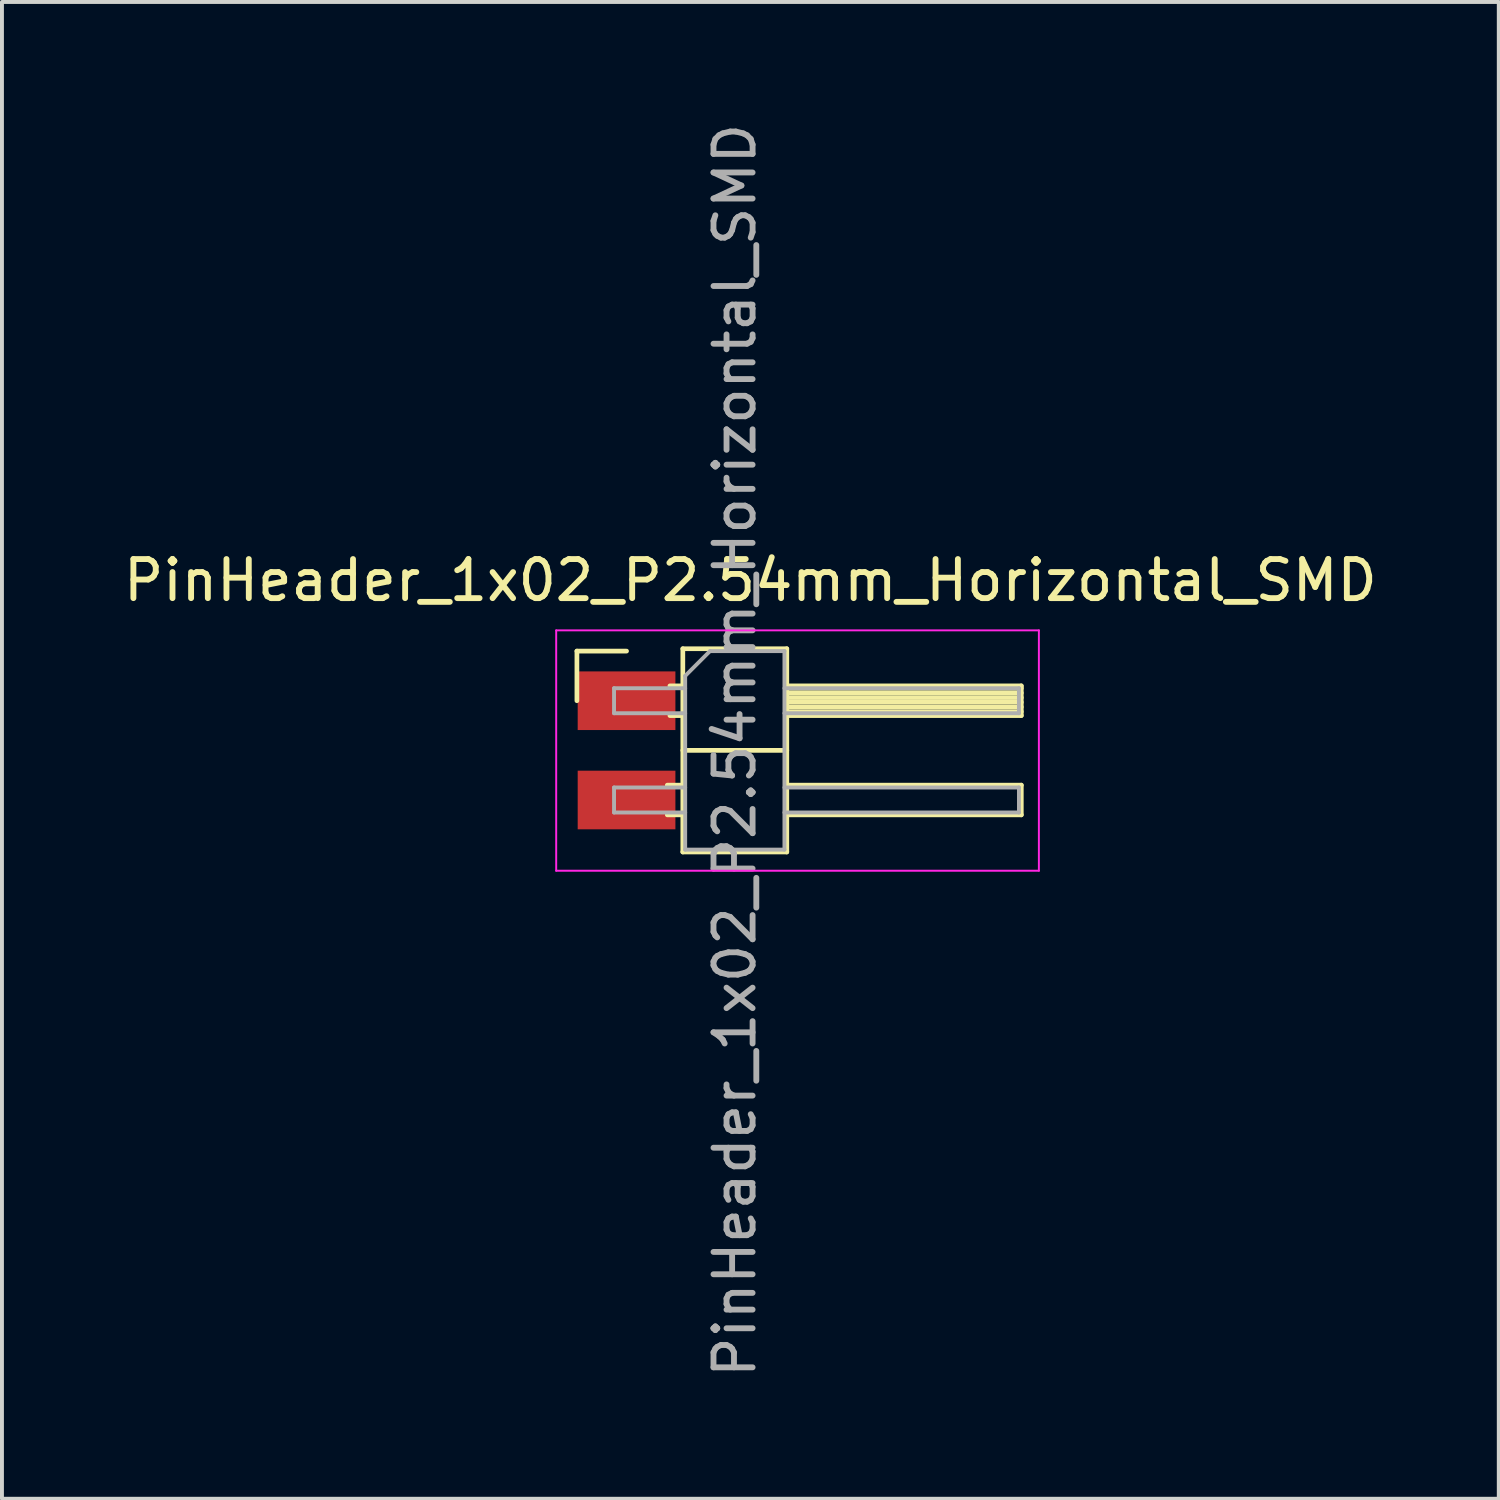
<source format=kicad_pcb>
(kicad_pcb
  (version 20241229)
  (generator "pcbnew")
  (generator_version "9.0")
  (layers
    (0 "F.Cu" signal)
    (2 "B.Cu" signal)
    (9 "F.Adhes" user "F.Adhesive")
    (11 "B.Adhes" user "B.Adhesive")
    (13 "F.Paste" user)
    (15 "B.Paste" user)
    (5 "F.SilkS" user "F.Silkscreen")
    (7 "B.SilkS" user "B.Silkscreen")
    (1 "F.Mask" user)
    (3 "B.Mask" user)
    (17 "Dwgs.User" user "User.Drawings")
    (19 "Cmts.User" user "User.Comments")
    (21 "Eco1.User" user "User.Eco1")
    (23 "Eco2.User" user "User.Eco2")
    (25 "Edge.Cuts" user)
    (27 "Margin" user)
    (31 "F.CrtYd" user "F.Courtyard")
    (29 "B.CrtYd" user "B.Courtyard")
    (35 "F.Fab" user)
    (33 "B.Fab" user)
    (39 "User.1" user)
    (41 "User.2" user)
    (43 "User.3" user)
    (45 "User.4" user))
  (footprint "PinHeader_1x02_P2.54mm_Horizontal_SMD"
    (layer "F.Cu")
    (at 12.981 14.879)
    (property "Reference" "PinHeader_1x02_P2.54mm_Horizontal_SMD" (at 3.168 -3.08 180) (layer "F.SilkS") (effects (font (size 1 1) (thickness 0.15))))
    (attr through_hole)
    (fp_line (start -1.27 -1.27) (end 0 -1.27) (stroke (width 0.12) (type solid)) (layer "F.SilkS"))
    (fp_line (start -1.27 0) (end -1.27 -1.27) (stroke (width 0.12) (type solid)) (layer "F.SilkS"))
    (fp_line (start 1.043 2.16) (end 1.44 2.16) (stroke (width 0.12) (type solid)) (layer "F.SilkS"))
    (fp_line (start 1.043 2.92) (end 1.44 2.92) (stroke (width 0.12) (type solid)) (layer "F.SilkS"))
    (fp_line (start 1.11 -0.38) (end 1.44 -0.38) (stroke (width 0.12) (type solid)) (layer "F.SilkS"))
    (fp_line (start 1.11 0.38) (end 1.44 0.38) (stroke (width 0.12) (type solid)) (layer "F.SilkS"))
    (fp_line (start 1.44 -1.33) (end 1.44 3.87) (stroke (width 0.12) (type solid)) (layer "F.SilkS"))
    (fp_line (start 1.44 1.27) (end 4.1 1.27) (stroke (width 0.12) (type solid)) (layer "F.SilkS"))
    (fp_line (start 1.44 3.87) (end 4.1 3.87) (stroke (width 0.12) (type solid)) (layer "F.SilkS"))
    (fp_line (start 4.1 -1.33) (end 1.44 -1.33) (stroke (width 0.12) (type solid)) (layer "F.SilkS"))
    (fp_line (start 4.1 -0.38) (end 10.1 -0.38) (stroke (width 0.12) (type solid)) (layer "F.SilkS"))
    (fp_line (start 4.1 -0.32) (end 10.1 -0.32) (stroke (width 0.12) (type solid)) (layer "F.SilkS"))
    (fp_line (start 4.1 -0.2) (end 10.1 -0.2) (stroke (width 0.12) (type solid)) (layer "F.SilkS"))
    (fp_line (start 4.1 -0.08) (end 10.1 -0.08) (stroke (width 0.12) (type solid)) (layer "F.SilkS"))
    (fp_line (start 4.1 0.04) (end 10.1 0.04) (stroke (width 0.12) (type solid)) (layer "F.SilkS"))
    (fp_line (start 4.1 0.16) (end 10.1 0.16) (stroke (width 0.12) (type solid)) (layer "F.SilkS"))
    (fp_line (start 4.1 0.28) (end 10.1 0.28) (stroke (width 0.12) (type solid)) (layer "F.SilkS"))
    (fp_line (start 4.1 2.16) (end 10.1 2.16) (stroke (width 0.12) (type solid)) (layer "F.SilkS"))
    (fp_line (start 4.1 3.87) (end 4.1 -1.33) (stroke (width 0.12) (type solid)) (layer "F.SilkS"))
    (fp_line (start 10.1 -0.38) (end 10.1 0.38) (stroke (width 0.12) (type solid)) (layer "F.SilkS"))
    (fp_line (start 10.1 0.38) (end 4.1 0.38) (stroke (width 0.12) (type solid)) (layer "F.SilkS"))
    (fp_line (start 10.1 2.16) (end 10.1 2.92) (stroke (width 0.12) (type solid)) (layer "F.SilkS"))
    (fp_line (start 10.1 2.92) (end 4.1 2.92) (stroke (width 0.12) (type solid)) (layer "F.SilkS"))
    (fp_line (start -1.8 -1.8) (end -1.8 4.35) (stroke (width 0.05) (type solid)) (layer "F.CrtYd"))
    (fp_line (start -1.8 4.35) (end 10.55 4.35) (stroke (width 0.05) (type solid)) (layer "F.CrtYd"))
    (fp_line (start 10.55 -1.8) (end -1.8 -1.8) (stroke (width 0.05) (type solid)) (layer "F.CrtYd"))
    (fp_line (start 10.55 4.35) (end 10.55 -1.8) (stroke (width 0.05) (type solid)) (layer "F.CrtYd"))
    (fp_line (start -0.32 -0.32) (end -0.32 0.32) (stroke (width 0.1) (type solid)) (layer "F.Fab"))
    (fp_line (start -0.32 -0.32) (end 1.5 -0.32) (stroke (width 0.1) (type solid)) (layer "F.Fab"))
    (fp_line (start -0.32 0.32) (end 1.5 0.32) (stroke (width 0.1) (type solid)) (layer "F.Fab"))
    (fp_line (start -0.32 2.22) (end -0.32 2.86) (stroke (width 0.1) (type solid)) (layer "F.Fab"))
    (fp_line (start -0.32 2.22) (end 1.5 2.22) (stroke (width 0.1) (type solid)) (layer "F.Fab"))
    (fp_line (start -0.32 2.86) (end 1.5 2.86) (stroke (width 0.1) (type solid)) (layer "F.Fab"))
    (fp_line (start 1.5 -0.635) (end 2.135 -1.27) (stroke (width 0.1) (type solid)) (layer "F.Fab"))
    (fp_line (start 1.5 3.81) (end 1.5 -0.635) (stroke (width 0.1) (type solid)) (layer "F.Fab"))
    (fp_line (start 2.135 -1.27) (end 4.04 -1.27) (stroke (width 0.1) (type solid)) (layer "F.Fab"))
    (fp_line (start 4.04 -1.27) (end 4.04 3.81) (stroke (width 0.1) (type solid)) (layer "F.Fab"))
    (fp_line (start 4.04 -0.32) (end 10.04 -0.32) (stroke (width 0.1) (type solid)) (layer "F.Fab"))
    (fp_line (start 4.04 0.32) (end 10.04 0.32) (stroke (width 0.1) (type solid)) (layer "F.Fab"))
    (fp_line (start 4.04 2.22) (end 10.04 2.22) (stroke (width 0.1) (type solid)) (layer "F.Fab"))
    (fp_line (start 4.04 2.86) (end 10.04 2.86) (stroke (width 0.1) (type solid)) (layer "F.Fab"))
    (fp_line (start 4.04 3.81) (end 1.5 3.81) (stroke (width 0.1) (type solid)) (layer "F.Fab"))
    (fp_line (start 10.04 -0.32) (end 10.04 0.32) (stroke (width 0.1) (type solid)) (layer "F.Fab"))
    (fp_line (start 10.04 2.22) (end 10.04 2.86) (stroke (width 0.1) (type solid)) (layer "F.Fab"))
    (fp_text user "${REFERENCE}" (at 2.77 1.27 90) (layer "F.Fab") (effects (font (size 1 1) (thickness 0.15))))
    (pad "1" smd rect (at 0 0) (size 2.5 1.5) (layers "F.Cu" "F.Mask" "F.Paste"))
    (pad "2" smd rect (at 0 2.54) (size 2.5 1.5) (layers "F.Cu" "F.Mask" "F.Paste")))
  (gr_rect
    (start -3 -3)
    (end 35.298 35.298)
    (stroke (width 0.1) (type default))
    (fill no)
    (layer "Edge.Cuts")))
</source>
